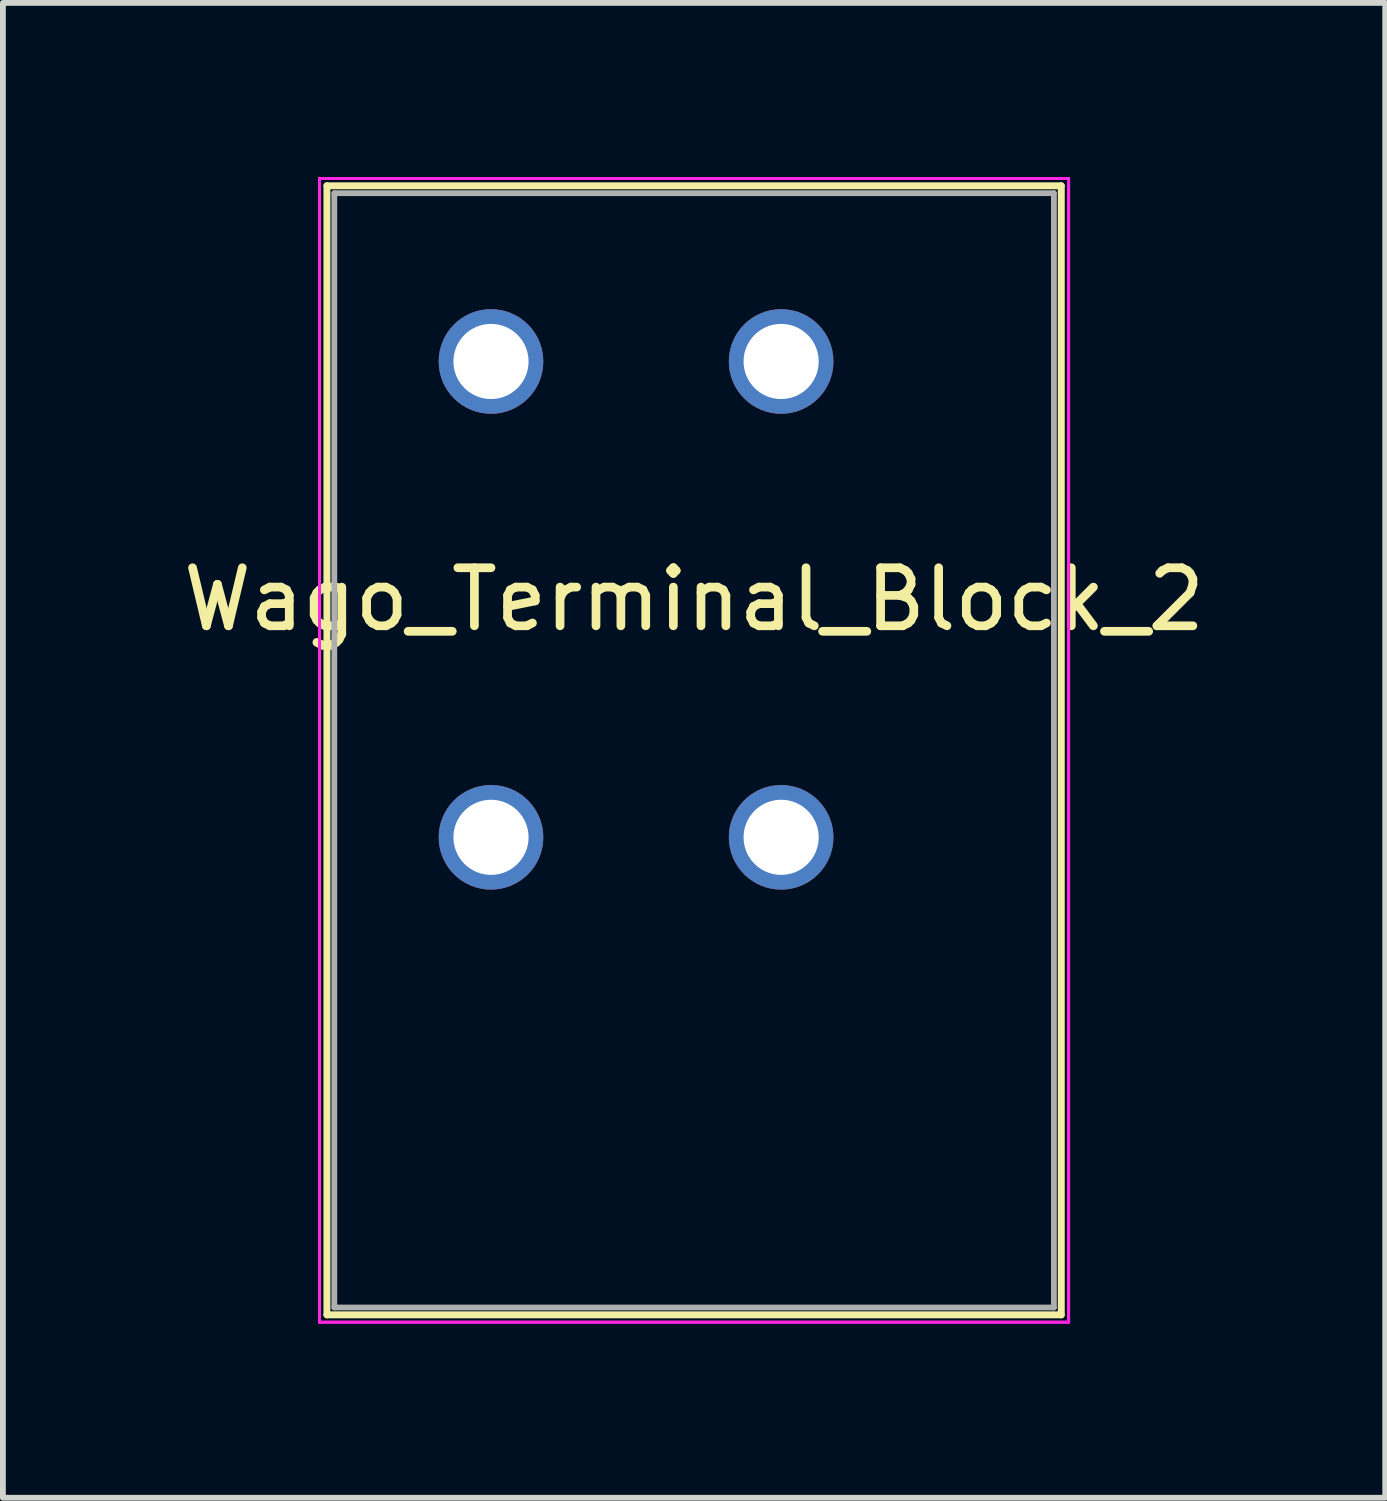
<source format=kicad_pcb>
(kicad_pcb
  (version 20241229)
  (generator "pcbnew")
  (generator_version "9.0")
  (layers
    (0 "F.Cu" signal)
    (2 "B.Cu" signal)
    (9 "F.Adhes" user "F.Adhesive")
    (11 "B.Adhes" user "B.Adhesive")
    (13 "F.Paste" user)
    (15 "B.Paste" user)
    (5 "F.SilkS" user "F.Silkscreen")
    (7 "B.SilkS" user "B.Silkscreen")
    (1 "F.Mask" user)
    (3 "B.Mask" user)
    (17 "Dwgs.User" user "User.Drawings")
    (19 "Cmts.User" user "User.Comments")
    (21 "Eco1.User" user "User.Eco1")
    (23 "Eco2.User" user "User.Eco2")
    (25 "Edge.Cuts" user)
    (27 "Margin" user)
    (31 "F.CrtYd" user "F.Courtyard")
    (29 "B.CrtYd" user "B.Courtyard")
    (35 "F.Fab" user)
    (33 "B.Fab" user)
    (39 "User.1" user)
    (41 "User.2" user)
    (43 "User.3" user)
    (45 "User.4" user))
  (footprint "Wago_Terminal_Block_2"
    (layer "F.Cu")
    (at 5.411 3.179)
    (property "Reference" "Wago_Terminal_Block_2" (at 3.5 4.1 0) (layer "F.SilkS") (effects (font (size 1 1) (thickness 0.15))))
    (attr through_hole)
    (fp_line (start -2.827 -3.027) (end -2.827 16.429) (stroke (width 0.12) (type solid)) (layer "F.SilkS"))
    (fp_line (start -2.827 16.429) (end 9.827 16.429) (stroke (width 0.12) (type solid)) (layer "F.SilkS"))
    (fp_line (start 9.827 -3.027) (end -2.827 -3.027) (stroke (width 0.12) (type solid)) (layer "F.SilkS"))
    (fp_line (start 9.827 16.429) (end 9.827 -3.027) (stroke (width 0.12) (type solid)) (layer "F.SilkS"))
    (fp_line (start -2.954 -3.154) (end -2.954 16.556) (stroke (width 0.05) (type solid)) (layer "F.CrtYd"))
    (fp_line (start -2.954 -3.154) (end -2.954 16.556) (stroke (width 0.05) (type solid)) (layer "F.CrtYd"))
    (fp_line (start -2.954 16.556) (end 9.954 16.556) (stroke (width 0.05) (type solid)) (layer "F.CrtYd"))
    (fp_line (start -2.954 16.556) (end 9.954 16.556) (stroke (width 0.05) (type solid)) (layer "F.CrtYd"))
    (fp_line (start 9.954 -3.154) (end -2.954 -3.154) (stroke (width 0.05) (type solid)) (layer "F.CrtYd"))
    (fp_line (start 9.954 -3.154) (end -2.954 -3.154) (stroke (width 0.05) (type solid)) (layer "F.CrtYd"))
    (fp_line (start 9.954 16.556) (end 9.954 -3.154) (stroke (width 0.05) (type solid)) (layer "F.CrtYd"))
    (fp_line (start 9.954 16.556) (end 9.954 -3.154) (stroke (width 0.05) (type solid)) (layer "F.CrtYd"))
    (fp_line (start -2.7 -2.9) (end -2.7 16.302) (stroke (width 0.1) (type solid)) (layer "F.Fab"))
    (fp_line (start -2.7 16.302) (end 9.7 16.302) (stroke (width 0.1) (type solid)) (layer "F.Fab"))
    (fp_line (start 9.7 -2.9) (end -2.7 -2.9) (stroke (width 0.1) (type solid)) (layer "F.Fab"))
    (fp_line (start 9.7 16.302) (end 9.7 -2.9) (stroke (width 0.1) (type solid)) (layer "F.Fab"))
    (fp_text user "*" (at 0 0 0) (layer "F.SilkS") (effects (font (size 1 1) (thickness 0.15))))
    (fp_text user "*" (at 0 0 0) (layer "F.Fab") (effects (font (size 1 1) (thickness 0.15))))
    (pad "1" thru_hole circle (at 0 0) (size 1.803 1.803) (drill 1.295) (layers "*.Cu" "*.Mask"))
    (pad "2" thru_hole circle (at 0 8.2) (size 1.803 1.803) (drill 1.295) (layers "*.Cu" "*.Mask"))
    (pad "3" thru_hole circle (at 5 0) (size 1.803 1.803) (drill 1.295) (layers "*.Cu" "*.Mask"))
    (pad "4" thru_hole circle (at 5 8.2) (size 1.803 1.803) (drill 1.295) (layers "*.Cu" "*.Mask")))
  (gr_rect
    (start -3 -3)
    (end 20.821 22.76)
    (stroke (width 0.1) (type default))
    (fill no)
    (layer "Edge.Cuts")))
</source>
